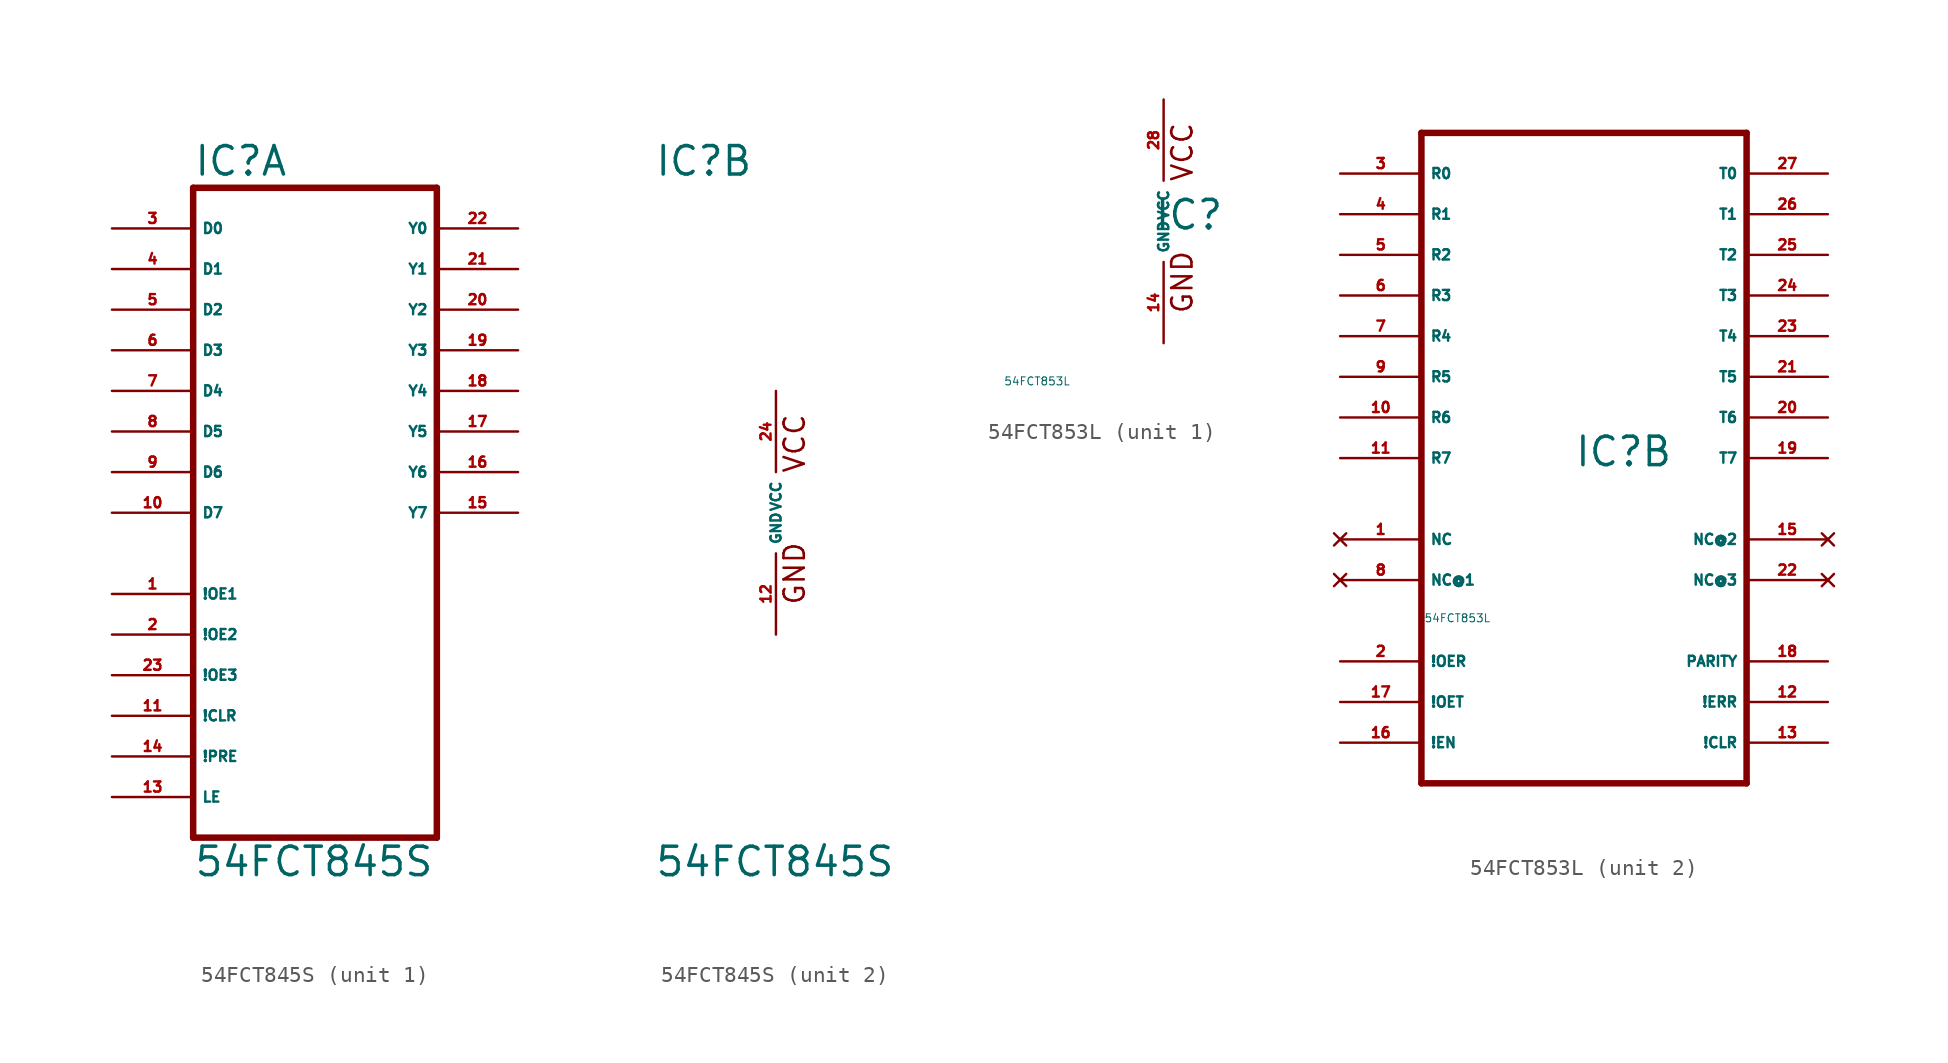
<source format=kicad_sym>
(kicad_symbol_lib
  (version 20220914)
  (generator Eagle2Kicad)
  (symbol "54FCT845S"
    (property "Reference" "IC"
      (at -7.62 20.955 0)
      (effects (font (size 1.778 1.778) (thickness 0.22)) (justify left bottom)))
    (property "Value" "54FCT845S"
      (at -7.62 -22.86 0)
      (effects (font (size 1.778 1.778) (thickness 0.22)) (justify left bottom)))
    (symbol "54FCT845S_1_0"
      (polyline (pts (xy -7.62 -20.32) (xy 7.62 -20.32)) (stroke (width 0.406) (type default)) (fill (type none)))
      (polyline (pts (xy 7.62 -20.32) (xy 7.62 20.32)) (stroke (width 0.406) (type default)) (fill (type none)))
      (polyline (pts (xy 7.62 20.32) (xy -7.62 20.32)) (stroke (width 0.406) (type default)) (fill (type none)))
      (polyline (pts (xy -7.62 20.32) (xy -7.62 -20.32)) (stroke (width 0.406) (type default)) (fill (type none)))
      (pin input line (at -12.7 17.78 0) (length 5.08) (name "D0" (effects (font (size 0.635 0.635) (thickness 0.08)) (justify left bottom))) (number "3" (effects (font (size 0.635 0.635) (thickness 0.08)) (justify left bottom))))
      (pin input line (at -12.7 15.24 0) (length 5.08) (name "D1" (effects (font (size 0.635 0.635) (thickness 0.08)) (justify left bottom))) (number "4" (effects (font (size 0.635 0.635) (thickness 0.08)) (justify left bottom))))
      (pin input line (at -12.7 12.7 0) (length 5.08) (name "D2" (effects (font (size 0.635 0.635) (thickness 0.08)) (justify left bottom))) (number "5" (effects (font (size 0.635 0.635) (thickness 0.08)) (justify left bottom))))
      (pin input line (at -12.7 10.16 0) (length 5.08) (name "D3" (effects (font (size 0.635 0.635) (thickness 0.08)) (justify left bottom))) (number "6" (effects (font (size 0.635 0.635) (thickness 0.08)) (justify left bottom))))
      (pin input line (at -12.7 7.62 0) (length 5.08) (name "D4" (effects (font (size 0.635 0.635) (thickness 0.08)) (justify left bottom))) (number "7" (effects (font (size 0.635 0.635) (thickness 0.08)) (justify left bottom))))
      (pin input line (at -12.7 5.08 0) (length 5.08) (name "D5" (effects (font (size 0.635 0.635) (thickness 0.08)) (justify left bottom))) (number "8" (effects (font (size 0.635 0.635) (thickness 0.08)) (justify left bottom))))
      (pin input line (at -12.7 2.54 0) (length 5.08) (name "D6" (effects (font (size 0.635 0.635) (thickness 0.08)) (justify left bottom))) (number "9" (effects (font (size 0.635 0.635) (thickness 0.08)) (justify left bottom))))
      (pin input line (at -12.7 0 0) (length 5.08) (name "D7" (effects (font (size 0.635 0.635) (thickness 0.08)) (justify left bottom))) (number "10" (effects (font (size 0.635 0.635) (thickness 0.08)) (justify left bottom))))
      (pin input line (at -12.7 -10.16 0) (length 5.08) (name "!OE3" (effects (font (size 0.635 0.635) (thickness 0.08)) (justify left bottom))) (number "23" (effects (font (size 0.635 0.635) (thickness 0.08)) (justify left bottom))))
      (pin input line (at -12.7 -12.7 0) (length 5.08) (name "!CLR" (effects (font (size 0.635 0.635) (thickness 0.08)) (justify left bottom))) (number "11" (effects (font (size 0.635 0.635) (thickness 0.08)) (justify left bottom))))
      (pin input line (at -12.7 -5.08 0) (length 5.08) (name "!OE1" (effects (font (size 0.635 0.635) (thickness 0.08)) (justify left bottom))) (number "1" (effects (font (size 0.635 0.635) (thickness 0.08)) (justify left bottom))))
      (pin input line (at -12.7 -7.62 0) (length 5.08) (name "!OE2" (effects (font (size 0.635 0.635) (thickness 0.08)) (justify left bottom))) (number "2" (effects (font (size 0.635 0.635) (thickness 0.08)) (justify left bottom))))
      (pin output line (at 12.7 17.78 180) (length 5.08) (name "Y0" (effects (font (size 0.635 0.635) (thickness 0.08)) (justify left bottom))) (number "22" (effects (font (size 0.635 0.635) (thickness 0.08)) (justify left bottom))))
      (pin output line (at 12.7 15.24 180) (length 5.08) (name "Y1" (effects (font (size 0.635 0.635) (thickness 0.08)) (justify left bottom))) (number "21" (effects (font (size 0.635 0.635) (thickness 0.08)) (justify left bottom))))
      (pin output line (at 12.7 12.7 180) (length 5.08) (name "Y2" (effects (font (size 0.635 0.635) (thickness 0.08)) (justify left bottom))) (number "20" (effects (font (size 0.635 0.635) (thickness 0.08)) (justify left bottom))))
      (pin output line (at 12.7 10.16 180) (length 5.08) (name "Y3" (effects (font (size 0.635 0.635) (thickness 0.08)) (justify left bottom))) (number "19" (effects (font (size 0.635 0.635) (thickness 0.08)) (justify left bottom))))
      (pin output line (at 12.7 7.62 180) (length 5.08) (name "Y4" (effects (font (size 0.635 0.635) (thickness 0.08)) (justify left bottom))) (number "18" (effects (font (size 0.635 0.635) (thickness 0.08)) (justify left bottom))))
      (pin output line (at 12.7 5.08 180) (length 5.08) (name "Y5" (effects (font (size 0.635 0.635) (thickness 0.08)) (justify left bottom))) (number "17" (effects (font (size 0.635 0.635) (thickness 0.08)) (justify left bottom))))
      (pin output line (at 12.7 2.54 180) (length 5.08) (name "Y6" (effects (font (size 0.635 0.635) (thickness 0.08)) (justify left bottom))) (number "16" (effects (font (size 0.635 0.635) (thickness 0.08)) (justify left bottom))))
      (pin output line (at 12.7 0 180) (length 5.08) (name "Y7" (effects (font (size 0.635 0.635) (thickness 0.08)) (justify left bottom))) (number "15" (effects (font (size 0.635 0.635) (thickness 0.08)) (justify left bottom))))
      (pin input line (at -12.7 -17.78 0) (length 5.08) (name "LE" (effects (font (size 0.635 0.635) (thickness 0.08)) (justify left bottom))) (number "13" (effects (font (size 0.635 0.635) (thickness 0.08)) (justify left bottom))))
      (pin input line (at -12.7 -15.24 0) (length 5.08) (name "!PRE" (effects (font (size 0.635 0.635) (thickness 0.08)) (justify left bottom))) (number "14" (effects (font (size 0.635 0.635) (thickness 0.08)) (justify left bottom)))))
    (symbol "54FCT845S_2_0"
      (text "GND" (at 1.905 -5.842 900) (effects (font (size 1.27 1.27) (thickness 0.16)) (justify left bottom)))
      (text "VCC" (at 1.905 2.413 900) (effects (font (size 1.27 1.27) (thickness 0.16)) (justify left bottom)))
      (pin unspecified line (at 0 7.62 270) (length 5.08) (name "VCC" (effects (font (size 0.635 0.635) (thickness 0.08)) (justify left bottom))) (number "24" (effects (font (size 0.635 0.635) (thickness 0.08)) (justify left bottom))))
      (pin unspecified line (at 0 -7.62 90) (length 5.08) (name "GND" (effects (font (size 0.635 0.635) (thickness 0.08)) (justify left bottom))) (number "12" (effects (font (size 0.635 0.635) (thickness 0.08)) (justify left bottom))))))
  (symbol "54FCT853L"
    (property "Reference" "IC"
      (at -0.635 -0.635 0)
      (effects (font (size 1.778 1.778) (thickness 0.22)) (justify left bottom)))
    (property "Value" "54FCT853L"
      (at -10 -10 0)
      (effects (font (size 0.5 0.5) (thickness 0.06)) (justify left)))
    (symbol "54FCT853L_1_0"
      (text "GND" (at 1.905 -5.842 900) (effects (font (size 1.27 1.27) (thickness 0.16)) (justify left bottom)))
      (text "VCC" (at 1.905 2.413 900) (effects (font (size 1.27 1.27) (thickness 0.16)) (justify left bottom)))
      (pin unspecified line (at 0 7.62 270) (length 5.08) (name "VCC" (effects (font (size 0.635 0.635) (thickness 0.08)) (justify left bottom))) (number "28" (effects (font (size 0.635 0.635) (thickness 0.08)) (justify left bottom))))
      (pin unspecified line (at 0 -7.62 90) (length 5.08) (name "GND" (effects (font (size 0.635 0.635) (thickness 0.08)) (justify left bottom))) (number "14" (effects (font (size 0.635 0.635) (thickness 0.08)) (justify left bottom)))))
    (symbol "54FCT853L_2_0"
      (polyline (pts (xy -10.16 -20.32) (xy 10.16 -20.32)) (stroke (width 0.406) (type default)) (fill (type none)))
      (polyline (pts (xy 10.16 -20.32) (xy 10.16 20.32)) (stroke (width 0.406) (type default)) (fill (type none)))
      (polyline (pts (xy 10.16 20.32) (xy -10.16 20.32)) (stroke (width 0.406) (type default)) (fill (type none)))
      (polyline (pts (xy -10.16 20.32) (xy -10.16 -20.32)) (stroke (width 0.406) (type default)) (fill (type none)))
      (pin bidirectional line (at -15.24 17.78 0) (length 5.08) (name "R0" (effects (font (size 0.635 0.635) (thickness 0.08)) (justify left bottom))) (number "3" (effects (font (size 0.635 0.635) (thickness 0.08)) (justify left bottom))))
      (pin bidirectional line (at -15.24 15.24 0) (length 5.08) (name "R1" (effects (font (size 0.635 0.635) (thickness 0.08)) (justify left bottom))) (number "4" (effects (font (size 0.635 0.635) (thickness 0.08)) (justify left bottom))))
      (pin bidirectional line (at -15.24 12.7 0) (length 5.08) (name "R2" (effects (font (size 0.635 0.635) (thickness 0.08)) (justify left bottom))) (number "5" (effects (font (size 0.635 0.635) (thickness 0.08)) (justify left bottom))))
      (pin bidirectional line (at -15.24 10.16 0) (length 5.08) (name "R3" (effects (font (size 0.635 0.635) (thickness 0.08)) (justify left bottom))) (number "6" (effects (font (size 0.635 0.635) (thickness 0.08)) (justify left bottom))))
      (pin bidirectional line (at -15.24 7.62 0) (length 5.08) (name "R4" (effects (font (size 0.635 0.635) (thickness 0.08)) (justify left bottom))) (number "7" (effects (font (size 0.635 0.635) (thickness 0.08)) (justify left bottom))))
      (pin bidirectional line (at -15.24 5.08 0) (length 5.08) (name "R5" (effects (font (size 0.635 0.635) (thickness 0.08)) (justify left bottom))) (number "9" (effects (font (size 0.635 0.635) (thickness 0.08)) (justify left bottom))))
      (pin bidirectional line (at -15.24 2.54 0) (length 5.08) (name "R6" (effects (font (size 0.635 0.635) (thickness 0.08)) (justify left bottom))) (number "10" (effects (font (size 0.635 0.635) (thickness 0.08)) (justify left bottom))))
      (pin bidirectional line (at -15.24 0 0) (length 5.08) (name "R7" (effects (font (size 0.635 0.635) (thickness 0.08)) (justify left bottom))) (number "11" (effects (font (size 0.635 0.635) (thickness 0.08)) (justify left bottom))))
      (pin bidirectional line (at 15.24 17.78 180) (length 5.08) (name "T0" (effects (font (size 0.635 0.635) (thickness 0.08)) (justify left bottom))) (number "27" (effects (font (size 0.635 0.635) (thickness 0.08)) (justify left bottom))))
      (pin bidirectional line (at 15.24 15.24 180) (length 5.08) (name "T1" (effects (font (size 0.635 0.635) (thickness 0.08)) (justify left bottom))) (number "26" (effects (font (size 0.635 0.635) (thickness 0.08)) (justify left bottom))))
      (pin bidirectional line (at 15.24 12.7 180) (length 5.08) (name "T2" (effects (font (size 0.635 0.635) (thickness 0.08)) (justify left bottom))) (number "25" (effects (font (size 0.635 0.635) (thickness 0.08)) (justify left bottom))))
      (pin bidirectional line (at 15.24 10.16 180) (length 5.08) (name "T3" (effects (font (size 0.635 0.635) (thickness 0.08)) (justify left bottom))) (number "24" (effects (font (size 0.635 0.635) (thickness 0.08)) (justify left bottom))))
      (pin bidirectional line (at 15.24 7.62 180) (length 5.08) (name "T4" (effects (font (size 0.635 0.635) (thickness 0.08)) (justify left bottom))) (number "23" (effects (font (size 0.635 0.635) (thickness 0.08)) (justify left bottom))))
      (pin bidirectional line (at 15.24 5.08 180) (length 5.08) (name "T5" (effects (font (size 0.635 0.635) (thickness 0.08)) (justify left bottom))) (number "21" (effects (font (size 0.635 0.635) (thickness 0.08)) (justify left bottom))))
      (pin bidirectional line (at 15.24 2.54 180) (length 5.08) (name "T6" (effects (font (size 0.635 0.635) (thickness 0.08)) (justify left bottom))) (number "20" (effects (font (size 0.635 0.635) (thickness 0.08)) (justify left bottom))))
      (pin bidirectional line (at 15.24 0 180) (length 5.08) (name "T7" (effects (font (size 0.635 0.635) (thickness 0.08)) (justify left bottom))) (number "19" (effects (font (size 0.635 0.635) (thickness 0.08)) (justify left bottom))))
      (pin input line (at -15.24 -12.7 0) (length 5.08) (name "!OER" (effects (font (size 0.635 0.635) (thickness 0.08)) (justify left bottom))) (number "2" (effects (font (size 0.635 0.635) (thickness 0.08)) (justify left bottom))))
      (pin input line (at -15.24 -15.24 0) (length 5.08) (name "!OET" (effects (font (size 0.635 0.635) (thickness 0.08)) (justify left bottom))) (number "17" (effects (font (size 0.635 0.635) (thickness 0.08)) (justify left bottom))))
      (pin input line (at -15.24 -17.78 0) (length 5.08) (name "!EN" (effects (font (size 0.635 0.635) (thickness 0.08)) (justify left bottom))) (number "16" (effects (font (size 0.635 0.635) (thickness 0.08)) (justify left bottom))))
      (pin output line (at 15.24 -17.78 180) (length 5.08) (name "!CLR" (effects (font (size 0.635 0.635) (thickness 0.08)) (justify left bottom))) (number "13" (effects (font (size 0.635 0.635) (thickness 0.08)) (justify left bottom))))
      (pin output line (at 15.24 -15.24 180) (length 5.08) (name "!ERR" (effects (font (size 0.635 0.635) (thickness 0.08)) (justify left bottom))) (number "12" (effects (font (size 0.635 0.635) (thickness 0.08)) (justify left bottom))))
      (pin bidirectional line (at 15.24 -12.7 180) (length 5.08) (name "PARITY" (effects (font (size 0.635 0.635) (thickness 0.08)) (justify left bottom))) (number "18" (effects (font (size 0.635 0.635) (thickness 0.08)) (justify left bottom))))
      (pin no_connect line (at -15.24 -5.08 0) (length 5.08) (name "NC" (effects (font (size 0.635 0.635) (thickness 0.08)) (justify left bottom) hide)) (number "1" (effects (font (size 0.635 0.635) (thickness 0.08)) (justify left bottom) hide)))
      (pin no_connect line (at -15.24 -7.62 0) (length 5.08) (name "NC@1" (effects (font (size 0.635 0.635) (thickness 0.08)) (justify left bottom) hide)) (number "8" (effects (font (size 0.635 0.635) (thickness 0.08)) (justify left bottom) hide)))
      (pin no_connect line (at 15.24 -5.08 180) (length 5.08) (name "NC@2" (effects (font (size 0.635 0.635) (thickness 0.08)) (justify left bottom) hide)) (number "15" (effects (font (size 0.635 0.635) (thickness 0.08)) (justify left bottom) hide)))
      (pin no_connect line (at 15.24 -7.62 180) (length 5.08) (name "NC@3" (effects (font (size 0.635 0.635) (thickness 0.08)) (justify left bottom) hide)) (number "22" (effects (font (size 0.635 0.635) (thickness 0.08)) (justify left bottom) hide))))))
</source>
